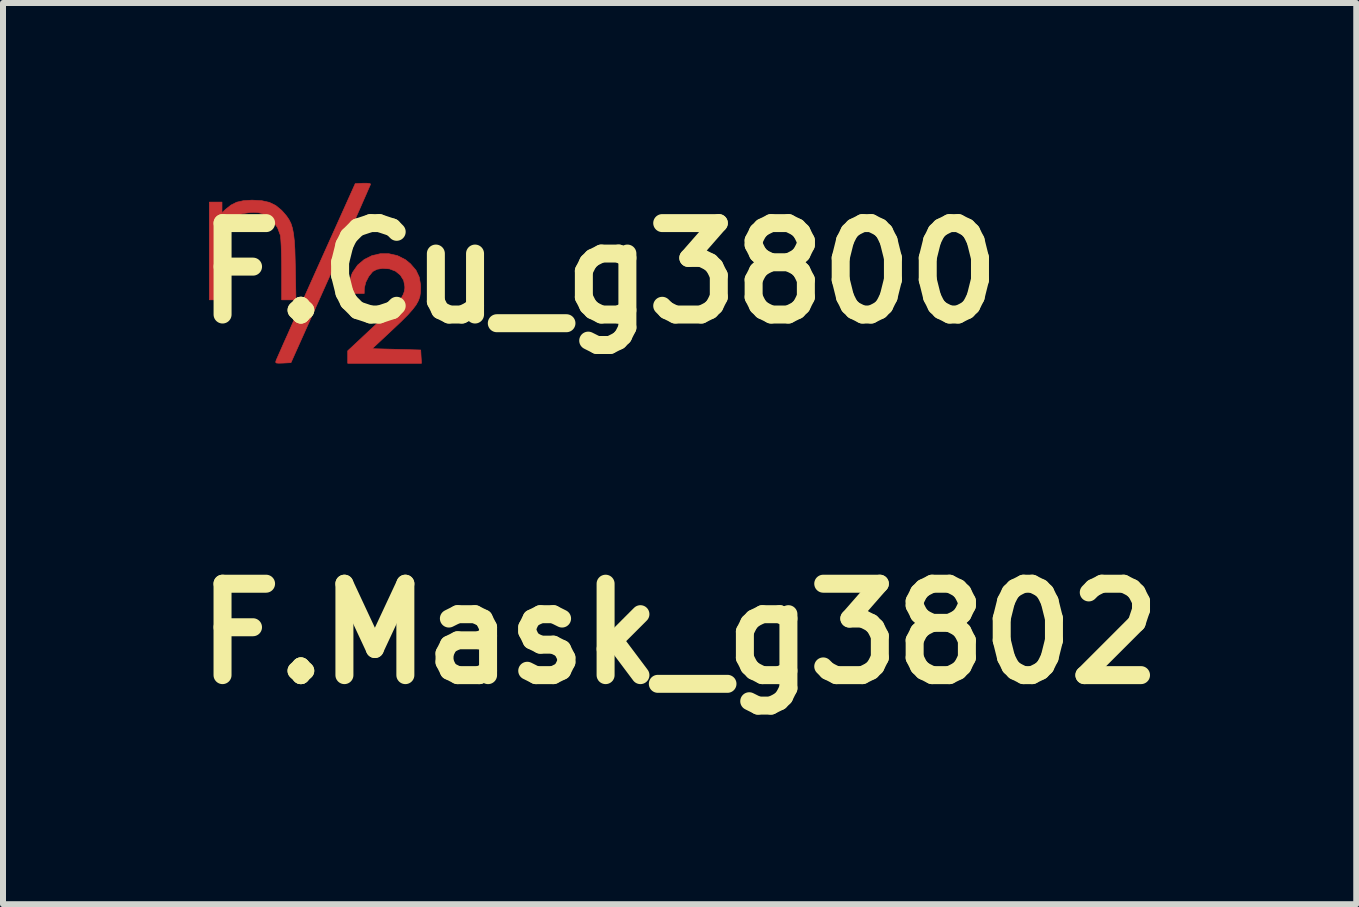
<source format=kicad_pcb>
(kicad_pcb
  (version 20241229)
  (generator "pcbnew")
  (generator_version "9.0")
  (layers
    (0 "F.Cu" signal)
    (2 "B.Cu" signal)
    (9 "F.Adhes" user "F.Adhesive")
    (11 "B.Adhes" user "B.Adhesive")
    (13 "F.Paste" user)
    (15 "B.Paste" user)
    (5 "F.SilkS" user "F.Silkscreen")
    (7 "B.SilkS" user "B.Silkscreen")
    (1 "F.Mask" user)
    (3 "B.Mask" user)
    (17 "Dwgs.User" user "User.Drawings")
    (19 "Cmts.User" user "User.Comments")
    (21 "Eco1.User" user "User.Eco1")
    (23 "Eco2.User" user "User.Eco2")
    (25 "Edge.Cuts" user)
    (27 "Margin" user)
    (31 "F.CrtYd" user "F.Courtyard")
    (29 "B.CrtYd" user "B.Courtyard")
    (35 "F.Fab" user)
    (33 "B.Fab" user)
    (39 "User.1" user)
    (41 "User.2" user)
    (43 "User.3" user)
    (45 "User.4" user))
  (footprint "F.Mask_g3802"
    (layer "F.Cu")
    (at 8.28 7.516)
    (property "Reference" "F.Mask_g3802" (at 0 0 0) (layer "F.SilkS") (effects (font (size 1.524 1.524) (thickness 0.3))))
    (attr through_hole)
    (fp_poly (pts (xy -3.824 -1.494) (xy -3.81 -1.486) (xy -3.818 -1.464) (xy -3.843 -1.407) (xy -3.882 -1.317) (xy -3.935 -1.197) (xy -3.999 -1.051) (xy -4.075 -0.881) (xy -4.159 -0.691) (xy -4.252 -0.483) (xy -4.352 -0.26) (xy -4.457 -0.026) (xy -4.474 0.012) (xy -5.137 1.492) (xy -5.269 1.499) (xy -5.341 1.501) (xy -5.379 1.498) (xy -5.392 1.486) (xy -5.388 1.465) (xy -5.378 1.439) (xy -5.351 1.378) (xy -5.31 1.285) (xy -5.256 1.162) (xy -5.189 1.013) (xy -5.113 0.841) (xy -5.027 0.649) (xy -4.933 0.44) (xy -4.833 0.216) (xy -4.728 -0.018) (xy -4.721 -0.034) (xy -4.066 -1.492) (xy -3.938 -1.499) (xy -3.871 -1.499) (xy -3.824 -1.494)) (stroke (width 0.01) (type solid)) (fill yes) (layer "F.Mask"))
    (fp_poly (pts (xy -5.623 -1.208) (xy -5.497 -1.18) (xy -5.391 -1.128) (xy -5.294 -1.048) (xy -5.26 -1.011) (xy -5.209 -0.951) (xy -5.168 -0.89) (xy -5.136 -0.825) (xy -5.112 -0.748) (xy -5.094 -0.654) (xy -5.081 -0.539) (xy -5.072 -0.396) (xy -5.067 -0.219) (xy -5.064 -0.09) (xy -5.054 0.445) (xy -5.292 0.445) (xy -5.292 -0.041) (xy -5.293 -0.191) (xy -5.296 -0.332) (xy -5.3 -0.455) (xy -5.306 -0.554) (xy -5.312 -0.621) (xy -5.315 -0.635) (xy -5.362 -0.761) (xy -5.443 -0.872) (xy -5.548 -0.958) (xy -5.567 -0.968) (xy -5.627 -0.996) (xy -5.685 -1.01) (xy -5.757 -1.014) (xy -5.814 -1.012) (xy -5.948 -0.993) (xy -6.054 -0.946) (xy -6.14 -0.866) (xy -6.212 -0.752) (xy -6.276 -0.628) (xy -6.283 -0.092) (xy -6.29 0.445) (xy -6.498 0.445) (xy -6.498 -1.185) (xy -6.287 -1.185) (xy -6.287 -1.008) (xy -6.228 -1.063) (xy -6.137 -1.135) (xy -6.042 -1.183) (xy -5.931 -1.208) (xy -5.792 -1.217) (xy -5.779 -1.217) (xy -5.623 -1.208)) (stroke (width 0.01) (type solid)) (fill yes) (layer "F.Mask"))
    (fp_poly (pts (xy -3.362 -0.292) (xy -3.229 -0.225) (xy -3.145 -0.156) (xy -3.053 -0.049) (xy -2.999 0.065) (xy -2.976 0.197) (xy -2.975 0.243) (xy -2.978 0.322) (xy -2.989 0.393) (xy -3.013 0.46) (xy -3.052 0.53) (xy -3.11 0.606) (xy -3.189 0.695) (xy -3.294 0.8) (xy -3.428 0.927) (xy -3.442 0.94) (xy -3.783 1.259) (xy -3.379 1.27) (xy -2.974 1.281) (xy -2.968 1.392) (xy -2.961 1.503) (xy -4.191 1.503) (xy -4.191 1.295) (xy -3.759 0.891) (xy -3.615 0.755) (xy -3.5 0.643) (xy -3.41 0.551) (xy -3.343 0.475) (xy -3.296 0.412) (xy -3.265 0.356) (xy -3.247 0.304) (xy -3.239 0.253) (xy -3.239 0.223) (xy -3.258 0.121) (xy -3.312 0.034) (xy -3.393 -0.033) (xy -3.495 -0.072) (xy -3.611 -0.08) (xy -3.701 -0.065) (xy -3.765 -0.033) (xy -3.781 -0.019) (xy -3.841 0.055) (xy -3.889 0.149) (xy -3.913 0.243) (xy -3.915 0.27) (xy -3.916 0.339) (xy -4.176 0.339) (xy -4.165 0.206) (xy -4.152 0.118) (xy -4.129 0.034) (xy -4.111 -0.011) (xy -4.026 -0.134) (xy -3.915 -0.228) (xy -3.787 -0.292) (xy -3.648 -0.324) (xy -3.504 -0.324) (xy -3.362 -0.292)) (stroke (width 0.01) (type solid)) (fill yes) (layer "F.Mask")))
  (footprint "F.Cu_g3800"
    (layer "F.Cu")
    (at 6.938 1.504)
    (property "Reference" "F.Cu_g3800" (at 0 0 0) (layer "F.SilkS") (effects (font (size 1.524 1.524) (thickness 0.3))))
    (attr through_hole)
    (fp_poly (pts (xy -3.824 -1.494) (xy -3.81 -1.486) (xy -3.818 -1.464) (xy -3.843 -1.407) (xy -3.882 -1.317) (xy -3.935 -1.197) (xy -3.999 -1.051) (xy -4.075 -0.881) (xy -4.159 -0.691) (xy -4.252 -0.483) (xy -4.352 -0.26) (xy -4.457 -0.026) (xy -4.474 0.012) (xy -5.137 1.492) (xy -5.269 1.499) (xy -5.341 1.501) (xy -5.379 1.498) (xy -5.392 1.486) (xy -5.388 1.465) (xy -5.378 1.439) (xy -5.351 1.378) (xy -5.31 1.285) (xy -5.256 1.162) (xy -5.189 1.013) (xy -5.113 0.841) (xy -5.027 0.649) (xy -4.933 0.44) (xy -4.833 0.216) (xy -4.728 -0.018) (xy -4.721 -0.034) (xy -4.066 -1.492) (xy -3.938 -1.499) (xy -3.871 -1.499) (xy -3.824 -1.494)) (stroke (width 0.01) (type solid)) (fill yes) (layer "F.Cu"))
    (fp_poly (pts (xy -5.623 -1.208) (xy -5.497 -1.18) (xy -5.391 -1.128) (xy -5.294 -1.048) (xy -5.26 -1.011) (xy -5.209 -0.951) (xy -5.168 -0.89) (xy -5.136 -0.825) (xy -5.112 -0.748) (xy -5.094 -0.654) (xy -5.081 -0.539) (xy -5.072 -0.396) (xy -5.067 -0.219) (xy -5.064 -0.09) (xy -5.054 0.445) (xy -5.292 0.445) (xy -5.292 -0.041) (xy -5.293 -0.191) (xy -5.296 -0.332) (xy -5.3 -0.455) (xy -5.306 -0.554) (xy -5.312 -0.621) (xy -5.315 -0.635) (xy -5.362 -0.761) (xy -5.443 -0.872) (xy -5.548 -0.958) (xy -5.567 -0.968) (xy -5.627 -0.996) (xy -5.685 -1.01) (xy -5.757 -1.014) (xy -5.814 -1.012) (xy -5.948 -0.993) (xy -6.054 -0.946) (xy -6.14 -0.866) (xy -6.212 -0.752) (xy -6.276 -0.628) (xy -6.283 -0.092) (xy -6.29 0.445) (xy -6.498 0.445) (xy -6.498 -1.185) (xy -6.287 -1.185) (xy -6.287 -1.008) (xy -6.228 -1.063) (xy -6.137 -1.135) (xy -6.042 -1.183) (xy -5.931 -1.208) (xy -5.792 -1.217) (xy -5.779 -1.217) (xy -5.623 -1.208)) (stroke (width 0.01) (type solid)) (fill yes) (layer "F.Cu"))
    (fp_poly (pts (xy -3.362 -0.292) (xy -3.229 -0.225) (xy -3.145 -0.156) (xy -3.053 -0.049) (xy -2.999 0.065) (xy -2.976 0.197) (xy -2.975 0.243) (xy -2.978 0.322) (xy -2.989 0.393) (xy -3.013 0.46) (xy -3.052 0.53) (xy -3.11 0.606) (xy -3.189 0.695) (xy -3.294 0.8) (xy -3.428 0.927) (xy -3.442 0.94) (xy -3.783 1.259) (xy -3.379 1.27) (xy -2.974 1.281) (xy -2.968 1.392) (xy -2.961 1.503) (xy -4.191 1.503) (xy -4.191 1.295) (xy -3.759 0.891) (xy -3.615 0.755) (xy -3.5 0.643) (xy -3.41 0.551) (xy -3.343 0.475) (xy -3.296 0.412) (xy -3.265 0.356) (xy -3.247 0.304) (xy -3.239 0.253) (xy -3.239 0.223) (xy -3.258 0.121) (xy -3.312 0.034) (xy -3.393 -0.033) (xy -3.495 -0.072) (xy -3.611 -0.08) (xy -3.701 -0.065) (xy -3.765 -0.033) (xy -3.781 -0.019) (xy -3.841 0.055) (xy -3.889 0.149) (xy -3.913 0.243) (xy -3.915 0.27) (xy -3.916 0.339) (xy -4.176 0.339) (xy -4.165 0.206) (xy -4.152 0.118) (xy -4.129 0.034) (xy -4.111 -0.011) (xy -4.026 -0.134) (xy -3.915 -0.228) (xy -3.787 -0.292) (xy -3.648 -0.324) (xy -3.504 -0.324) (xy -3.362 -0.292)) (stroke (width 0.01) (type solid)) (fill yes) (layer "F.Cu")))
  (gr_rect
    (start -3 -3)
    (end 19.561 12.024)
    (stroke (width 0.1) (type default))
    (fill no)
    (layer "Edge.Cuts")))
</source>
